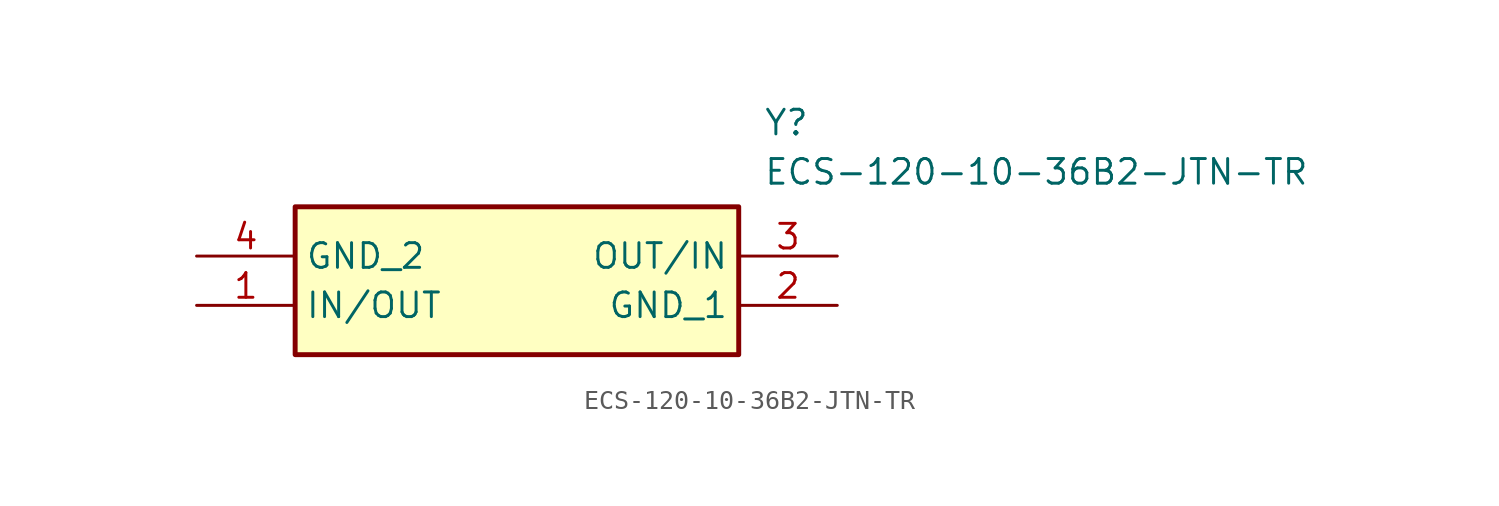
<source format=kicad_sym>
(kicad_symbol_lib
  (version 20211014)
  (generator SamacSys_ECAD_Model)
  (symbol "ECS-120-10-36B2-JTN-TR"
    (property "Reference" "Y"
      (at 29.21 7.62 0)
      (effects (font (size 1.27 1.27)) (justify left top)))
    (property "Value" "ECS-120-10-36B2-JTN-TR"
      (at 29.21 5.08 0)
      (effects (font (size 1.27 1.27)) (justify left top)))
    (rectangle
      (start 5.08 2.54)
      (end 27.94 -5.08)
      (stroke (width 0.254) (type default))
      (fill (type background)))
    (pin passive line
      (at 0 -2.54 0)
      (length 5.08)
      (name "IN/OUT" (effects (font (size 1.27 1.27))))
      (number "1" (effects (font (size 1.27 1.27)))))
    (pin passive line
      (at 33.02 -2.54 180)
      (length 5.08)
      (name "GND_1" (effects (font (size 1.27 1.27))))
      (number "2" (effects (font (size 1.27 1.27)))))
    (pin passive line
      (at 33.02 0 180)
      (length 5.08)
      (name "OUT/IN" (effects (font (size 1.27 1.27))))
      (number "3" (effects (font (size 1.27 1.27)))))
    (pin passive line
      (at 0 0 0)
      (length 5.08)
      (name "GND_2" (effects (font (size 1.27 1.27))))
      (number "4" (effects (font (size 1.27 1.27)))))))
</source>
